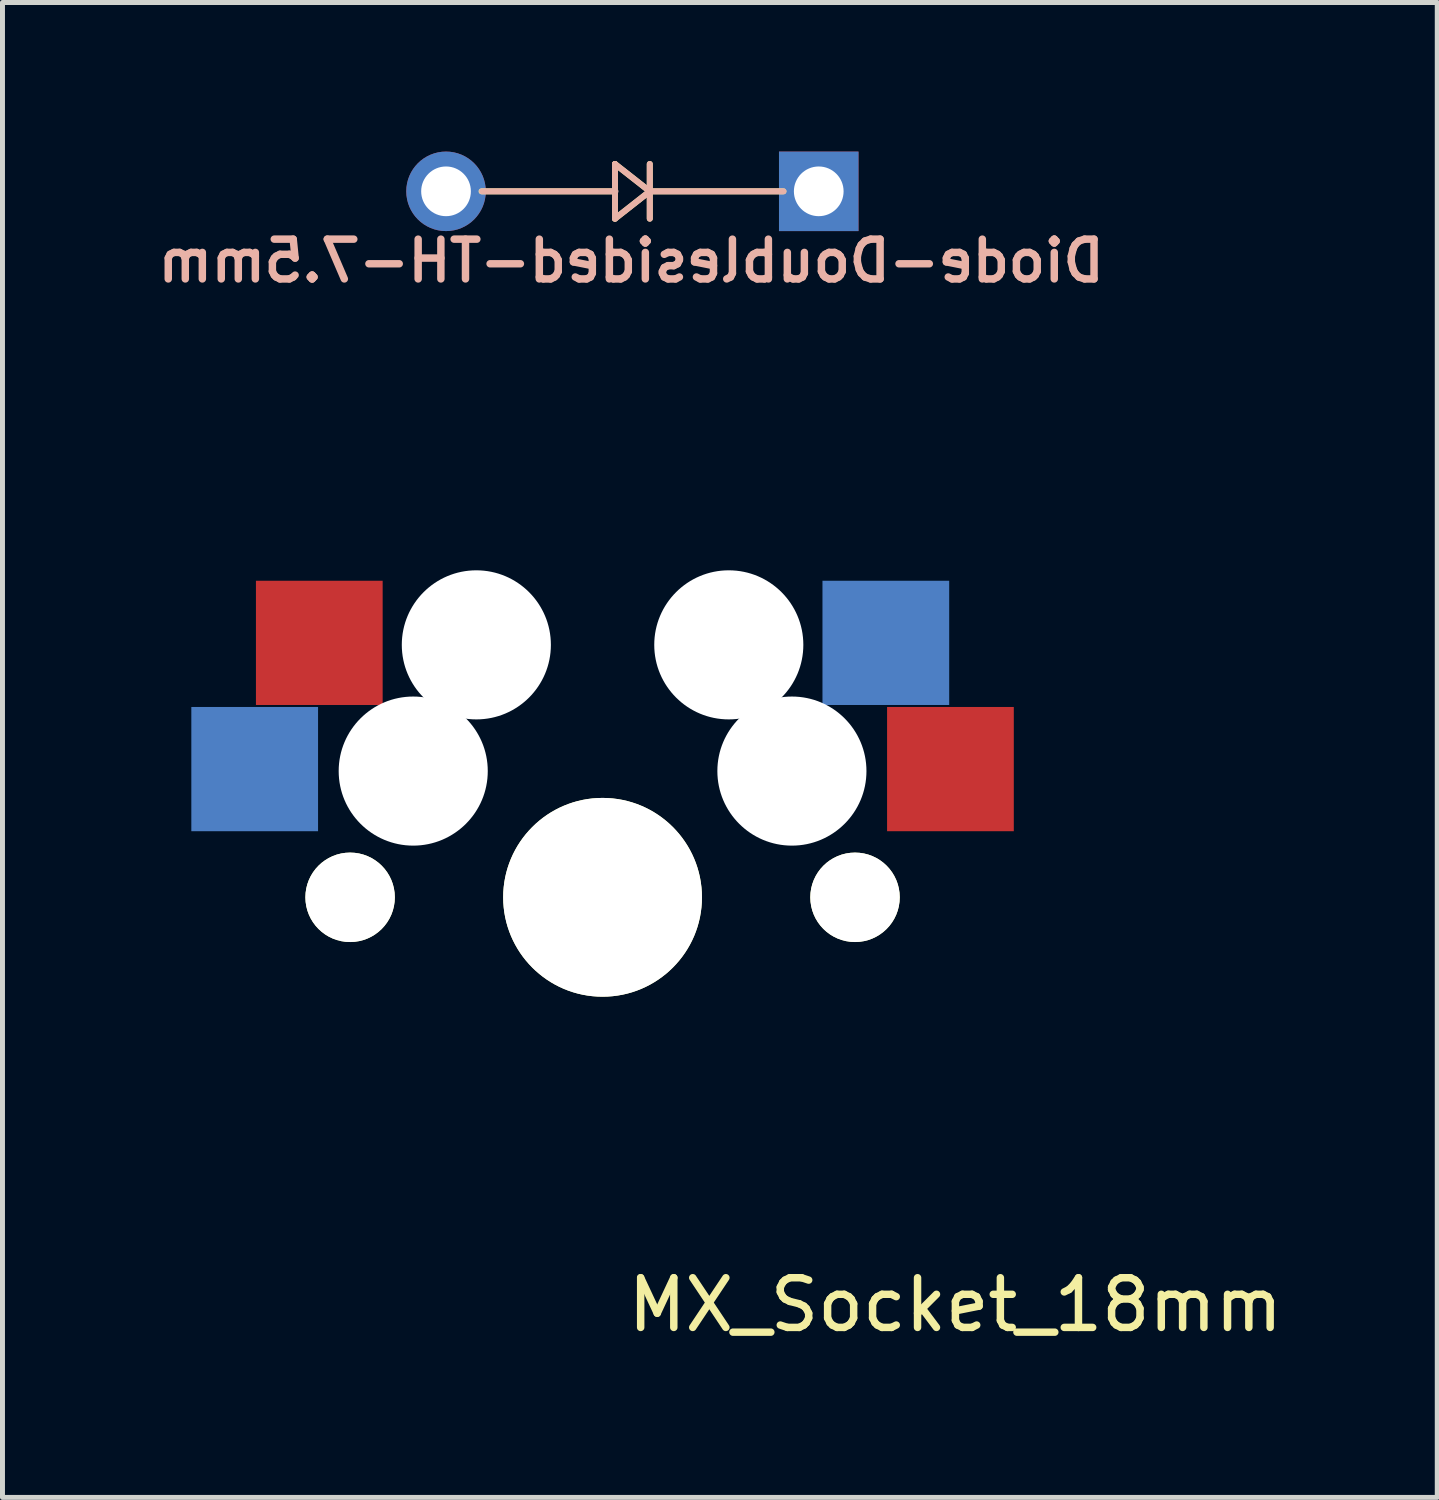
<source format=kicad_pcb>
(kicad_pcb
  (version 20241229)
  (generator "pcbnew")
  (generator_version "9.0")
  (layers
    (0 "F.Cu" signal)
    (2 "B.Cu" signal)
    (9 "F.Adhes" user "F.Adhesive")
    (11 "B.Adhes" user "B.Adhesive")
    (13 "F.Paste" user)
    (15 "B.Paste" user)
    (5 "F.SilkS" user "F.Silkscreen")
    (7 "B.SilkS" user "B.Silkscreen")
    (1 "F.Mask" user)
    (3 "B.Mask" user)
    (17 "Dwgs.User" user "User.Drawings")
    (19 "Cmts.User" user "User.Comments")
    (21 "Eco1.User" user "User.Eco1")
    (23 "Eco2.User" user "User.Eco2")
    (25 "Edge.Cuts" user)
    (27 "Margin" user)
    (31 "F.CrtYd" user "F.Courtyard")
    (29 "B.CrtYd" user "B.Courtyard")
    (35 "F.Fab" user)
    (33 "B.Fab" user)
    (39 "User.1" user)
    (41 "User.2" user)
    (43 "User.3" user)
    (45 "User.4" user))
  (footprint "Diode-Doublesided-TH-7.5mm"
    (layer "F.Cu")
    (at 9.675 0.8)
    (property "Reference" "Diode-Doublesided-TH-7.5mm" (at -0.025 1.4 0) (layer "B.SilkS") (effects (font (size 0.8 0.8) (thickness 0.15)) (justify mirror)))
    (attr smd)
    (fp_line (start -0.35 -0.55) (end -0.35 0.55) (stroke (width 0.12) (type solid)) (layer "F.SilkS"))
    (fp_line (start -0.35 0) (end -3.035 0) (stroke (width 0.12) (type solid)) (layer "F.SilkS"))
    (fp_line (start -0.35 0.55) (end 0.35 0) (stroke (width 0.12) (type solid)) (layer "F.SilkS"))
    (fp_line (start 0.35 -0.55) (end 0.35 0.55) (stroke (width 0.12) (type solid)) (layer "F.SilkS"))
    (fp_line (start 0.35 0) (end -0.35 -0.55) (stroke (width 0.12) (type solid)) (layer "F.SilkS"))
    (fp_line (start 0.35 0) (end 3.04 0) (stroke (width 0.12) (type solid)) (layer "F.SilkS"))
    (fp_line (start -3.025 0) (end -0.34 0) (stroke (width 0.12) (type solid)) (layer "B.SilkS"))
    (fp_line (start -0.35 -0.55) (end 0.35 0) (stroke (width 0.12) (type solid)) (layer "B.SilkS"))
    (fp_line (start -0.35 0.55) (end -0.35 -0.55) (stroke (width 0.12) (type solid)) (layer "B.SilkS"))
    (fp_line (start 0.35 0) (end -0.35 0.55) (stroke (width 0.12) (type solid)) (layer "B.SilkS"))
    (fp_line (start 0.35 0.55) (end 0.35 -0.55) (stroke (width 0.12) (type solid)) (layer "B.SilkS"))
    (fp_line (start 3.04 0) (end 0.35 0) (stroke (width 0.12) (type solid)) (layer "B.SilkS"))
    (pad "1" thru_hole rect (at 3.75 0) (size 1.6 1.6) (drill 1) (layers "*.Cu" "*.Mask"))
    (pad "2" thru_hole circle (at -3.75 0) (size 1.6 1.6) (drill 1) (layers "*.Cu" "*.Mask")))
  (footprint "MX_Socket_18mm"
    (layer "F.Cu")
    (at 9.075 15.006)
    (property "Reference" "MX_Socket_18mm" (at 7.1 8.2 0) (layer "F.SilkS") (effects (font (size 1 1) (thickness 0.15))))
    (attr through_hole)
    (fp_line (start -9 -9) (end 9 -9) (stroke (width 0.15) (type solid)) (layer "Eco2.User"))
    (fp_line (start -9 9) (end -9 -9) (stroke (width 0.15) (type solid)) (layer "Eco2.User"))
    (fp_line (start -7 -7) (end 7 -7) (stroke (width 0.15) (type solid)) (layer "Eco2.User"))
    (fp_line (start -7 7) (end -7 -7) (stroke (width 0.15) (type solid)) (layer "Eco2.User"))
    (fp_line (start 7 -7) (end 7 7) (stroke (width 0.15) (type solid)) (layer "Eco2.User"))
    (fp_line (start 7 7.1) (end -7 7.1) (stroke (width 0.15) (type solid)) (layer "Eco2.User"))
    (fp_line (start 9 -9) (end 9 9) (stroke (width 0.15) (type solid)) (layer "Eco2.User"))
    (fp_line (start 9 9) (end -9 9) (stroke (width 0.15) (type solid)) (layer "Eco2.User"))
    (pad "" np_thru_hole circle (at -5.08 0) (size 1.8 1.8) (drill 1.8) (layers "*.Cu" "*.Mask" "F.SilkS"))
    (pad "" np_thru_hole circle (at -3.81 -2.54 180) (size 3 3) (drill 3) (layers "*.Cu" "*.Mask"))
    (pad "" np_thru_hole circle (at -2.54 -5.08 180) (size 3 3) (drill 3) (layers "*.Cu" "*.Mask"))
    (pad "" np_thru_hole circle (at 0 0 90) (size 4 4) (drill 4) (layers "*.Cu" "*.Mask" "F.SilkS"))
    (pad "" np_thru_hole circle (at 2.54 -5.08 180) (size 3 3) (drill 3) (layers "*.Cu" "*.Mask"))
    (pad "" np_thru_hole circle (at 3.81 -2.54 180) (size 3 3) (drill 3) (layers "*.Cu" "*.Mask"))
    (pad "" np_thru_hole circle (at 5.08 0) (size 1.8 1.8) (drill 1.8) (layers "*.Cu" "*.Mask" "F.SilkS"))
    (pad "1" smd rect (at -7 -2.58 180) (size 2.55 2.5) (layers "B.Cu" "B.Mask" "B.Paste"))
    (pad "1" smd rect (at -5.7 -5.12 180) (size 2.55 2.5) (layers "F.Cu" "F.Mask" "F.Paste"))
    (pad "2" smd rect (at 5.7 -5.12 180) (size 2.55 2.5) (layers "B.Cu" "B.Mask" "B.Paste"))
    (pad "2" smd rect (at 7 -2.58 180) (size 2.55 2.5) (layers "F.Cu" "F.Mask" "F.Paste")))
  (gr_rect
    (start -3 -3)
    (end 25.871 27.081)
    (stroke (width 0.1) (type default))
    (fill no)
    (layer "Edge.Cuts")))
</source>
